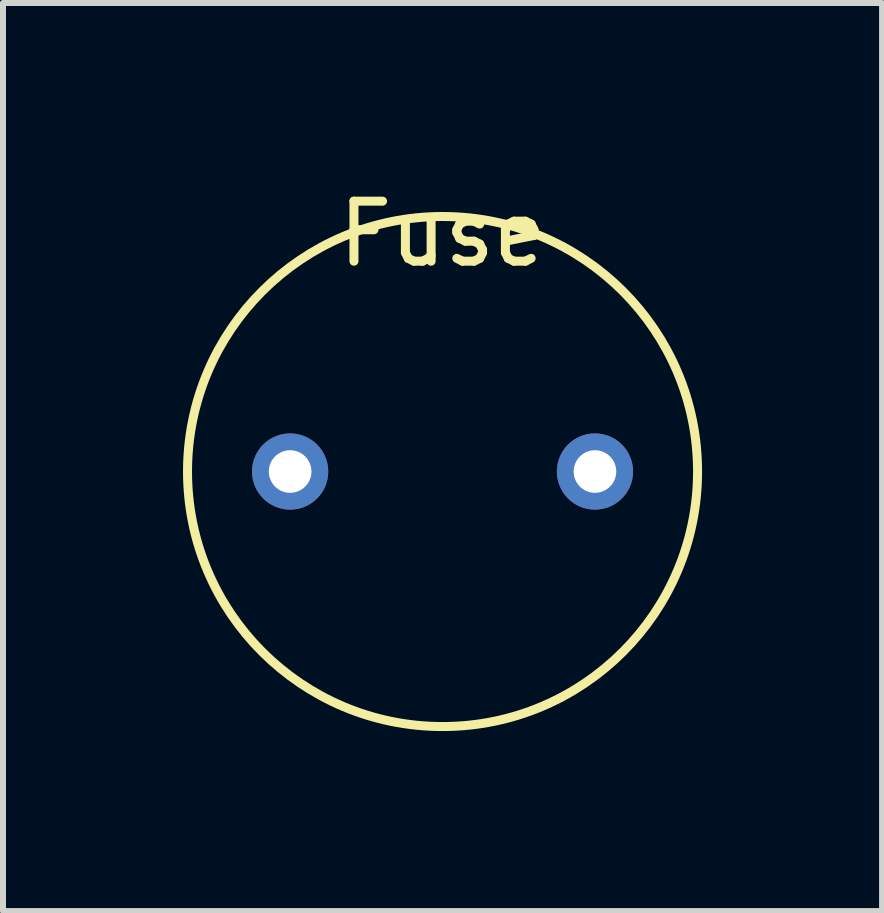
<source format=kicad_pcb>
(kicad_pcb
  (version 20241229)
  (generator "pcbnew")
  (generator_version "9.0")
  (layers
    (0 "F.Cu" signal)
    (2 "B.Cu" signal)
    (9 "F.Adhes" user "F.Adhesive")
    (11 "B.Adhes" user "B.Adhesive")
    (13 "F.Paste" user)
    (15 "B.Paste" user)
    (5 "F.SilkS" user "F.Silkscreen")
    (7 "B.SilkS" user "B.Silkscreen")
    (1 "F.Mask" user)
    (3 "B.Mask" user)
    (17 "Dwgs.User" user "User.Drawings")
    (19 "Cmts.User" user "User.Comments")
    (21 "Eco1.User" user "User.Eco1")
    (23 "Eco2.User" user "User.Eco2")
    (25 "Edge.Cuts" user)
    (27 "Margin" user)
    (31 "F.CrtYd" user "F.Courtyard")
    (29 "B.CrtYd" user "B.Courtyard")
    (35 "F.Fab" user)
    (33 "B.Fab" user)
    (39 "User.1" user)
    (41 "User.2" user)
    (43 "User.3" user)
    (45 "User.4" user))
  (footprint "Fuse"
    (layer "F.Cu")
    (at 1.785 4.808)
    (property "Reference" "Fuse" (at 2.54 -3.96 180) (layer "F.SilkS") (effects (font (size 1 1) (thickness 0.15))))
    (attr through_hole)
    (fp_circle (center 2.54 0) (end 6.79 0) (stroke (width 0.15) (type solid)) (fill no) (layer "F.SilkS"))
    (pad "1" thru_hole circle (at 0 0) (size 1.27 1.27) (drill 0.71) (layers "*.Cu" "*.Mask"))
    (pad "2" thru_hole circle (at 5.08 0) (size 1.27 1.27) (drill 0.71) (layers "*.Cu" "*.Mask")))
  (gr_rect
    (start -3 -3)
    (end 11.65 12.133)
    (stroke (width 0.1) (type default))
    (fill no)
    (layer "Edge.Cuts")))
</source>
